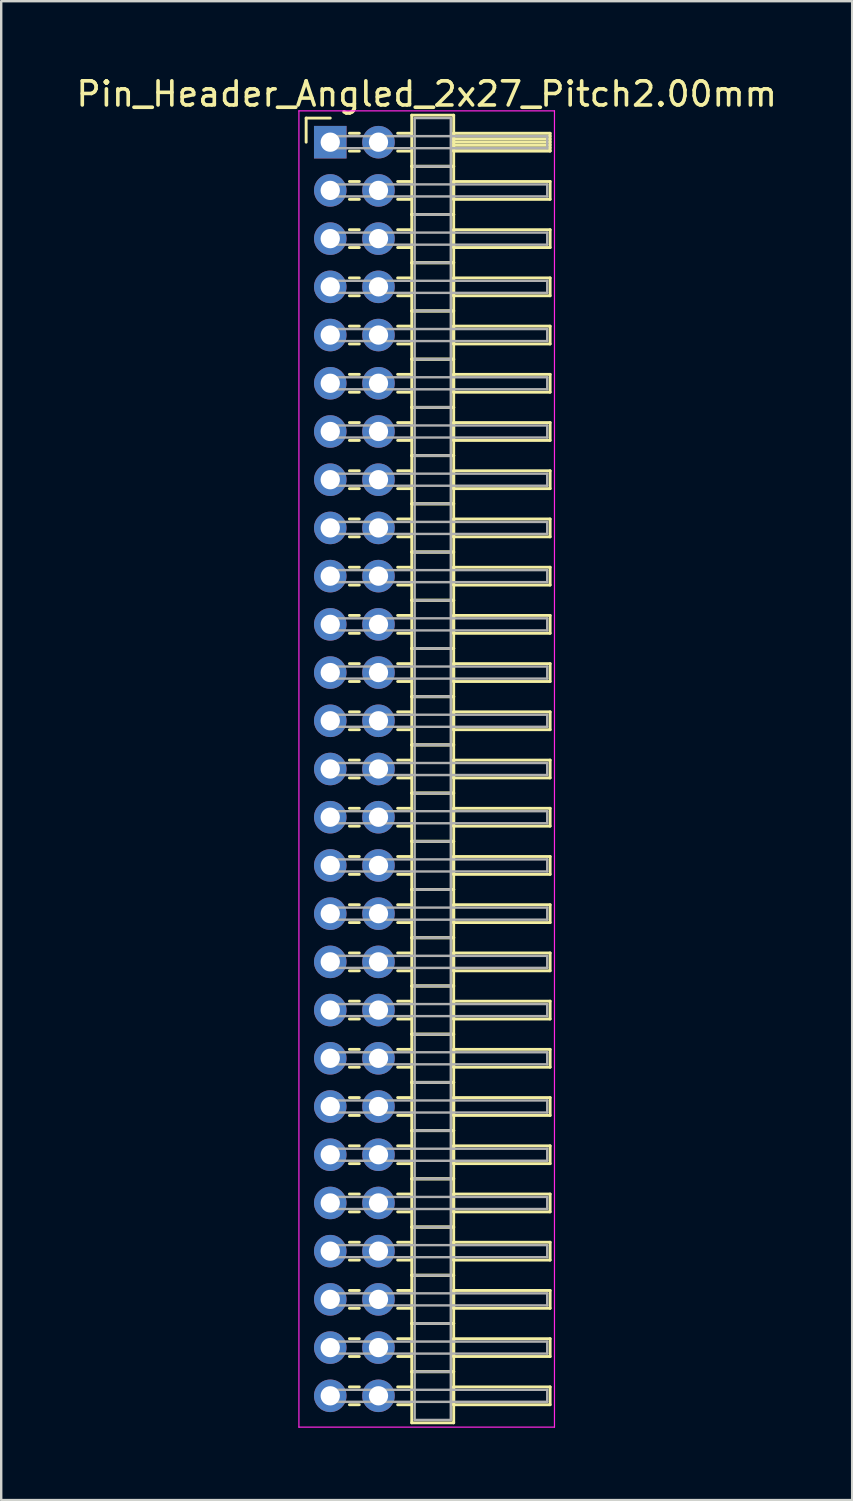
<source format=kicad_pcb>
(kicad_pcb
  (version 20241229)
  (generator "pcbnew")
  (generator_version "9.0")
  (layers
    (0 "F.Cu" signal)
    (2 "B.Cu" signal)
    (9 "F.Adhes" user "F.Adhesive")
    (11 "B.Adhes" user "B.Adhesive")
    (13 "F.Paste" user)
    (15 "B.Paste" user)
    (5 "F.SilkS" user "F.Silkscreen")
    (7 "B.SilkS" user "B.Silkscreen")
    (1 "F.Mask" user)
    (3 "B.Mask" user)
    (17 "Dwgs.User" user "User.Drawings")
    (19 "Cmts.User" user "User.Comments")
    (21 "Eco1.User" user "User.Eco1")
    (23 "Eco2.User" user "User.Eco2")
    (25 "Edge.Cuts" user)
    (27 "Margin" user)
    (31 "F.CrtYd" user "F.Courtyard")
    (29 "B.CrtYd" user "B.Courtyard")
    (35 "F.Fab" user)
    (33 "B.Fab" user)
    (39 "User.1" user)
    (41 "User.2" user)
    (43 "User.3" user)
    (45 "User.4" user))
  (footprint "Pin_Header_Angled_2x27_Pitch2.00mm"
    (layer "F.Cu")
    (at 10.649 2.848)
    (property "Reference" "Pin_Header_Angled_2x27_Pitch2.00mm" (at 4 -2 0) (layer "F.SilkS") (effects (font (size 1 1) (thickness 0.15))))
    (attr through_hole)
    (fp_line (start -1 -1) (end 0 -1) (stroke (width 0.12) (type solid)) (layer "F.SilkS"))
    (fp_line (start -1 0) (end -1 -1) (stroke (width 0.12) (type solid)) (layer "F.SilkS"))
    (fp_line (start 0.795 -0.37) (end 1.205 -0.37) (stroke (width 0.12) (type solid)) (layer "F.SilkS"))
    (fp_line (start 0.795 0.37) (end 1.205 0.37) (stroke (width 0.12) (type solid)) (layer "F.SilkS"))
    (fp_line (start 0.795 1.63) (end 1.205 1.63) (stroke (width 0.12) (type solid)) (layer "F.SilkS"))
    (fp_line (start 0.795 2.37) (end 1.205 2.37) (stroke (width 0.12) (type solid)) (layer "F.SilkS"))
    (fp_line (start 0.795 3.63) (end 1.205 3.63) (stroke (width 0.12) (type solid)) (layer "F.SilkS"))
    (fp_line (start 0.795 4.37) (end 1.205 4.37) (stroke (width 0.12) (type solid)) (layer "F.SilkS"))
    (fp_line (start 0.795 5.63) (end 1.205 5.63) (stroke (width 0.12) (type solid)) (layer "F.SilkS"))
    (fp_line (start 0.795 6.37) (end 1.205 6.37) (stroke (width 0.12) (type solid)) (layer "F.SilkS"))
    (fp_line (start 0.795 7.63) (end 1.205 7.63) (stroke (width 0.12) (type solid)) (layer "F.SilkS"))
    (fp_line (start 0.795 8.37) (end 1.205 8.37) (stroke (width 0.12) (type solid)) (layer "F.SilkS"))
    (fp_line (start 0.795 9.63) (end 1.205 9.63) (stroke (width 0.12) (type solid)) (layer "F.SilkS"))
    (fp_line (start 0.795 10.37) (end 1.205 10.37) (stroke (width 0.12) (type solid)) (layer "F.SilkS"))
    (fp_line (start 0.795 11.63) (end 1.205 11.63) (stroke (width 0.12) (type solid)) (layer "F.SilkS"))
    (fp_line (start 0.795 12.37) (end 1.205 12.37) (stroke (width 0.12) (type solid)) (layer "F.SilkS"))
    (fp_line (start 0.795 13.63) (end 1.205 13.63) (stroke (width 0.12) (type solid)) (layer "F.SilkS"))
    (fp_line (start 0.795 14.37) (end 1.205 14.37) (stroke (width 0.12) (type solid)) (layer "F.SilkS"))
    (fp_line (start 0.795 15.63) (end 1.205 15.63) (stroke (width 0.12) (type solid)) (layer "F.SilkS"))
    (fp_line (start 0.795 16.37) (end 1.205 16.37) (stroke (width 0.12) (type solid)) (layer "F.SilkS"))
    (fp_line (start 0.795 17.63) (end 1.205 17.63) (stroke (width 0.12) (type solid)) (layer "F.SilkS"))
    (fp_line (start 0.795 18.37) (end 1.205 18.37) (stroke (width 0.12) (type solid)) (layer "F.SilkS"))
    (fp_line (start 0.795 19.63) (end 1.205 19.63) (stroke (width 0.12) (type solid)) (layer "F.SilkS"))
    (fp_line (start 0.795 20.37) (end 1.205 20.37) (stroke (width 0.12) (type solid)) (layer "F.SilkS"))
    (fp_line (start 0.795 21.63) (end 1.205 21.63) (stroke (width 0.12) (type solid)) (layer "F.SilkS"))
    (fp_line (start 0.795 22.37) (end 1.205 22.37) (stroke (width 0.12) (type solid)) (layer "F.SilkS"))
    (fp_line (start 0.795 23.63) (end 1.205 23.63) (stroke (width 0.12) (type solid)) (layer "F.SilkS"))
    (fp_line (start 0.795 24.37) (end 1.205 24.37) (stroke (width 0.12) (type solid)) (layer "F.SilkS"))
    (fp_line (start 0.795 25.63) (end 1.205 25.63) (stroke (width 0.12) (type solid)) (layer "F.SilkS"))
    (fp_line (start 0.795 26.37) (end 1.205 26.37) (stroke (width 0.12) (type solid)) (layer "F.SilkS"))
    (fp_line (start 0.795 27.63) (end 1.205 27.63) (stroke (width 0.12) (type solid)) (layer "F.SilkS"))
    (fp_line (start 0.795 28.37) (end 1.205 28.37) (stroke (width 0.12) (type solid)) (layer "F.SilkS"))
    (fp_line (start 0.795 29.63) (end 1.205 29.63) (stroke (width 0.12) (type solid)) (layer "F.SilkS"))
    (fp_line (start 0.795 30.37) (end 1.205 30.37) (stroke (width 0.12) (type solid)) (layer "F.SilkS"))
    (fp_line (start 0.795 31.63) (end 1.205 31.63) (stroke (width 0.12) (type solid)) (layer "F.SilkS"))
    (fp_line (start 0.795 32.37) (end 1.205 32.37) (stroke (width 0.12) (type solid)) (layer "F.SilkS"))
    (fp_line (start 0.795 33.63) (end 1.205 33.63) (stroke (width 0.12) (type solid)) (layer "F.SilkS"))
    (fp_line (start 0.795 34.37) (end 1.205 34.37) (stroke (width 0.12) (type solid)) (layer "F.SilkS"))
    (fp_line (start 0.795 35.63) (end 1.205 35.63) (stroke (width 0.12) (type solid)) (layer "F.SilkS"))
    (fp_line (start 0.795 36.37) (end 1.205 36.37) (stroke (width 0.12) (type solid)) (layer "F.SilkS"))
    (fp_line (start 0.795 37.63) (end 1.205 37.63) (stroke (width 0.12) (type solid)) (layer "F.SilkS"))
    (fp_line (start 0.795 38.37) (end 1.205 38.37) (stroke (width 0.12) (type solid)) (layer "F.SilkS"))
    (fp_line (start 0.795 39.63) (end 1.205 39.63) (stroke (width 0.12) (type solid)) (layer "F.SilkS"))
    (fp_line (start 0.795 40.37) (end 1.205 40.37) (stroke (width 0.12) (type solid)) (layer "F.SilkS"))
    (fp_line (start 0.795 41.63) (end 1.205 41.63) (stroke (width 0.12) (type solid)) (layer "F.SilkS"))
    (fp_line (start 0.795 42.37) (end 1.205 42.37) (stroke (width 0.12) (type solid)) (layer "F.SilkS"))
    (fp_line (start 0.795 43.63) (end 1.205 43.63) (stroke (width 0.12) (type solid)) (layer "F.SilkS"))
    (fp_line (start 0.795 44.37) (end 1.205 44.37) (stroke (width 0.12) (type solid)) (layer "F.SilkS"))
    (fp_line (start 0.795 45.63) (end 1.205 45.63) (stroke (width 0.12) (type solid)) (layer "F.SilkS"))
    (fp_line (start 0.795 46.37) (end 1.205 46.37) (stroke (width 0.12) (type solid)) (layer "F.SilkS"))
    (fp_line (start 0.795 47.63) (end 1.205 47.63) (stroke (width 0.12) (type solid)) (layer "F.SilkS"))
    (fp_line (start 0.795 48.37) (end 1.205 48.37) (stroke (width 0.12) (type solid)) (layer "F.SilkS"))
    (fp_line (start 0.795 49.63) (end 1.205 49.63) (stroke (width 0.12) (type solid)) (layer "F.SilkS"))
    (fp_line (start 0.795 50.37) (end 1.205 50.37) (stroke (width 0.12) (type solid)) (layer "F.SilkS"))
    (fp_line (start 0.795 51.63) (end 1.205 51.63) (stroke (width 0.12) (type solid)) (layer "F.SilkS"))
    (fp_line (start 0.795 52.37) (end 1.205 52.37) (stroke (width 0.12) (type solid)) (layer "F.SilkS"))
    (fp_line (start 2.795 -0.37) (end 3.38 -0.37) (stroke (width 0.12) (type solid)) (layer "F.SilkS"))
    (fp_line (start 2.795 0.37) (end 3.38 0.37) (stroke (width 0.12) (type solid)) (layer "F.SilkS"))
    (fp_line (start 2.795 1.63) (end 3.38 1.63) (stroke (width 0.12) (type solid)) (layer "F.SilkS"))
    (fp_line (start 2.795 2.37) (end 3.38 2.37) (stroke (width 0.12) (type solid)) (layer "F.SilkS"))
    (fp_line (start 2.795 3.63) (end 3.38 3.63) (stroke (width 0.12) (type solid)) (layer "F.SilkS"))
    (fp_line (start 2.795 4.37) (end 3.38 4.37) (stroke (width 0.12) (type solid)) (layer "F.SilkS"))
    (fp_line (start 2.795 5.63) (end 3.38 5.63) (stroke (width 0.12) (type solid)) (layer "F.SilkS"))
    (fp_line (start 2.795 6.37) (end 3.38 6.37) (stroke (width 0.12) (type solid)) (layer "F.SilkS"))
    (fp_line (start 2.795 7.63) (end 3.38 7.63) (stroke (width 0.12) (type solid)) (layer "F.SilkS"))
    (fp_line (start 2.795 8.37) (end 3.38 8.37) (stroke (width 0.12) (type solid)) (layer "F.SilkS"))
    (fp_line (start 2.795 9.63) (end 3.38 9.63) (stroke (width 0.12) (type solid)) (layer "F.SilkS"))
    (fp_line (start 2.795 10.37) (end 3.38 10.37) (stroke (width 0.12) (type solid)) (layer "F.SilkS"))
    (fp_line (start 2.795 11.63) (end 3.38 11.63) (stroke (width 0.12) (type solid)) (layer "F.SilkS"))
    (fp_line (start 2.795 12.37) (end 3.38 12.37) (stroke (width 0.12) (type solid)) (layer "F.SilkS"))
    (fp_line (start 2.795 13.63) (end 3.38 13.63) (stroke (width 0.12) (type solid)) (layer "F.SilkS"))
    (fp_line (start 2.795 14.37) (end 3.38 14.37) (stroke (width 0.12) (type solid)) (layer "F.SilkS"))
    (fp_line (start 2.795 15.63) (end 3.38 15.63) (stroke (width 0.12) (type solid)) (layer "F.SilkS"))
    (fp_line (start 2.795 16.37) (end 3.38 16.37) (stroke (width 0.12) (type solid)) (layer "F.SilkS"))
    (fp_line (start 2.795 17.63) (end 3.38 17.63) (stroke (width 0.12) (type solid)) (layer "F.SilkS"))
    (fp_line (start 2.795 18.37) (end 3.38 18.37) (stroke (width 0.12) (type solid)) (layer "F.SilkS"))
    (fp_line (start 2.795 19.63) (end 3.38 19.63) (stroke (width 0.12) (type solid)) (layer "F.SilkS"))
    (fp_line (start 2.795 20.37) (end 3.38 20.37) (stroke (width 0.12) (type solid)) (layer "F.SilkS"))
    (fp_line (start 2.795 21.63) (end 3.38 21.63) (stroke (width 0.12) (type solid)) (layer "F.SilkS"))
    (fp_line (start 2.795 22.37) (end 3.38 22.37) (stroke (width 0.12) (type solid)) (layer "F.SilkS"))
    (fp_line (start 2.795 23.63) (end 3.38 23.63) (stroke (width 0.12) (type solid)) (layer "F.SilkS"))
    (fp_line (start 2.795 24.37) (end 3.38 24.37) (stroke (width 0.12) (type solid)) (layer "F.SilkS"))
    (fp_line (start 2.795 25.63) (end 3.38 25.63) (stroke (width 0.12) (type solid)) (layer "F.SilkS"))
    (fp_line (start 2.795 26.37) (end 3.38 26.37) (stroke (width 0.12) (type solid)) (layer "F.SilkS"))
    (fp_line (start 2.795 27.63) (end 3.38 27.63) (stroke (width 0.12) (type solid)) (layer "F.SilkS"))
    (fp_line (start 2.795 28.37) (end 3.38 28.37) (stroke (width 0.12) (type solid)) (layer "F.SilkS"))
    (fp_line (start 2.795 29.63) (end 3.38 29.63) (stroke (width 0.12) (type solid)) (layer "F.SilkS"))
    (fp_line (start 2.795 30.37) (end 3.38 30.37) (stroke (width 0.12) (type solid)) (layer "F.SilkS"))
    (fp_line (start 2.795 31.63) (end 3.38 31.63) (stroke (width 0.12) (type solid)) (layer "F.SilkS"))
    (fp_line (start 2.795 32.37) (end 3.38 32.37) (stroke (width 0.12) (type solid)) (layer "F.SilkS"))
    (fp_line (start 2.795 33.63) (end 3.38 33.63) (stroke (width 0.12) (type solid)) (layer "F.SilkS"))
    (fp_line (start 2.795 34.37) (end 3.38 34.37) (stroke (width 0.12) (type solid)) (layer "F.SilkS"))
    (fp_line (start 2.795 35.63) (end 3.38 35.63) (stroke (width 0.12) (type solid)) (layer "F.SilkS"))
    (fp_line (start 2.795 36.37) (end 3.38 36.37) (stroke (width 0.12) (type solid)) (layer "F.SilkS"))
    (fp_line (start 2.795 37.63) (end 3.38 37.63) (stroke (width 0.12) (type solid)) (layer "F.SilkS"))
    (fp_line (start 2.795 38.37) (end 3.38 38.37) (stroke (width 0.12) (type solid)) (layer "F.SilkS"))
    (fp_line (start 2.795 39.63) (end 3.38 39.63) (stroke (width 0.12) (type solid)) (layer "F.SilkS"))
    (fp_line (start 2.795 40.37) (end 3.38 40.37) (stroke (width 0.12) (type solid)) (layer "F.SilkS"))
    (fp_line (start 2.795 41.63) (end 3.38 41.63) (stroke (width 0.12) (type solid)) (layer "F.SilkS"))
    (fp_line (start 2.795 42.37) (end 3.38 42.37) (stroke (width 0.12) (type solid)) (layer "F.SilkS"))
    (fp_line (start 2.795 43.63) (end 3.38 43.63) (stroke (width 0.12) (type solid)) (layer "F.SilkS"))
    (fp_line (start 2.795 44.37) (end 3.38 44.37) (stroke (width 0.12) (type solid)) (layer "F.SilkS"))
    (fp_line (start 2.795 45.63) (end 3.38 45.63) (stroke (width 0.12) (type solid)) (layer "F.SilkS"))
    (fp_line (start 2.795 46.37) (end 3.38 46.37) (stroke (width 0.12) (type solid)) (layer "F.SilkS"))
    (fp_line (start 2.795 47.63) (end 3.38 47.63) (stroke (width 0.12) (type solid)) (layer "F.SilkS"))
    (fp_line (start 2.795 48.37) (end 3.38 48.37) (stroke (width 0.12) (type solid)) (layer "F.SilkS"))
    (fp_line (start 2.795 49.63) (end 3.38 49.63) (stroke (width 0.12) (type solid)) (layer "F.SilkS"))
    (fp_line (start 2.795 50.37) (end 3.38 50.37) (stroke (width 0.12) (type solid)) (layer "F.SilkS"))
    (fp_line (start 2.795 51.63) (end 3.38 51.63) (stroke (width 0.12) (type solid)) (layer "F.SilkS"))
    (fp_line (start 2.795 52.37) (end 3.38 52.37) (stroke (width 0.12) (type solid)) (layer "F.SilkS"))
    (fp_line (start 3.38 -1.12) (end 3.38 1) (stroke (width 0.12) (type solid)) (layer "F.SilkS"))
    (fp_line (start 3.38 1) (end 3.38 3) (stroke (width 0.12) (type solid)) (layer "F.SilkS"))
    (fp_line (start 3.38 1) (end 5.12 1) (stroke (width 0.12) (type solid)) (layer "F.SilkS"))
    (fp_line (start 3.38 3) (end 3.38 5) (stroke (width 0.12) (type solid)) (layer "F.SilkS"))
    (fp_line (start 3.38 3) (end 5.12 3) (stroke (width 0.12) (type solid)) (layer "F.SilkS"))
    (fp_line (start 3.38 5) (end 3.38 7) (stroke (width 0.12) (type solid)) (layer "F.SilkS"))
    (fp_line (start 3.38 5) (end 5.12 5) (stroke (width 0.12) (type solid)) (layer "F.SilkS"))
    (fp_line (start 3.38 7) (end 3.38 9) (stroke (width 0.12) (type solid)) (layer "F.SilkS"))
    (fp_line (start 3.38 7) (end 5.12 7) (stroke (width 0.12) (type solid)) (layer "F.SilkS"))
    (fp_line (start 3.38 9) (end 3.38 11) (stroke (width 0.12) (type solid)) (layer "F.SilkS"))
    (fp_line (start 3.38 9) (end 5.12 9) (stroke (width 0.12) (type solid)) (layer "F.SilkS"))
    (fp_line (start 3.38 11) (end 3.38 13) (stroke (width 0.12) (type solid)) (layer "F.SilkS"))
    (fp_line (start 3.38 11) (end 5.12 11) (stroke (width 0.12) (type solid)) (layer "F.SilkS"))
    (fp_line (start 3.38 13) (end 3.38 15) (stroke (width 0.12) (type solid)) (layer "F.SilkS"))
    (fp_line (start 3.38 13) (end 5.12 13) (stroke (width 0.12) (type solid)) (layer "F.SilkS"))
    (fp_line (start 3.38 15) (end 3.38 17) (stroke (width 0.12) (type solid)) (layer "F.SilkS"))
    (fp_line (start 3.38 15) (end 5.12 15) (stroke (width 0.12) (type solid)) (layer "F.SilkS"))
    (fp_line (start 3.38 17) (end 3.38 19) (stroke (width 0.12) (type solid)) (layer "F.SilkS"))
    (fp_line (start 3.38 17) (end 5.12 17) (stroke (width 0.12) (type solid)) (layer "F.SilkS"))
    (fp_line (start 3.38 19) (end 3.38 21) (stroke (width 0.12) (type solid)) (layer "F.SilkS"))
    (fp_line (start 3.38 19) (end 5.12 19) (stroke (width 0.12) (type solid)) (layer "F.SilkS"))
    (fp_line (start 3.38 21) (end 3.38 23) (stroke (width 0.12) (type solid)) (layer "F.SilkS"))
    (fp_line (start 3.38 21) (end 5.12 21) (stroke (width 0.12) (type solid)) (layer "F.SilkS"))
    (fp_line (start 3.38 23) (end 3.38 25) (stroke (width 0.12) (type solid)) (layer "F.SilkS"))
    (fp_line (start 3.38 23) (end 5.12 23) (stroke (width 0.12) (type solid)) (layer "F.SilkS"))
    (fp_line (start 3.38 25) (end 3.38 27) (stroke (width 0.12) (type solid)) (layer "F.SilkS"))
    (fp_line (start 3.38 25) (end 5.12 25) (stroke (width 0.12) (type solid)) (layer "F.SilkS"))
    (fp_line (start 3.38 27) (end 3.38 29) (stroke (width 0.12) (type solid)) (layer "F.SilkS"))
    (fp_line (start 3.38 27) (end 5.12 27) (stroke (width 0.12) (type solid)) (layer "F.SilkS"))
    (fp_line (start 3.38 29) (end 3.38 31) (stroke (width 0.12) (type solid)) (layer "F.SilkS"))
    (fp_line (start 3.38 29) (end 5.12 29) (stroke (width 0.12) (type solid)) (layer "F.SilkS"))
    (fp_line (start 3.38 31) (end 3.38 33) (stroke (width 0.12) (type solid)) (layer "F.SilkS"))
    (fp_line (start 3.38 31) (end 5.12 31) (stroke (width 0.12) (type solid)) (layer "F.SilkS"))
    (fp_line (start 3.38 33) (end 3.38 35) (stroke (width 0.12) (type solid)) (layer "F.SilkS"))
    (fp_line (start 3.38 33) (end 5.12 33) (stroke (width 0.12) (type solid)) (layer "F.SilkS"))
    (fp_line (start 3.38 35) (end 3.38 37) (stroke (width 0.12) (type solid)) (layer "F.SilkS"))
    (fp_line (start 3.38 35) (end 5.12 35) (stroke (width 0.12) (type solid)) (layer "F.SilkS"))
    (fp_line (start 3.38 37) (end 3.38 39) (stroke (width 0.12) (type solid)) (layer "F.SilkS"))
    (fp_line (start 3.38 37) (end 5.12 37) (stroke (width 0.12) (type solid)) (layer "F.SilkS"))
    (fp_line (start 3.38 39) (end 3.38 41) (stroke (width 0.12) (type solid)) (layer "F.SilkS"))
    (fp_line (start 3.38 39) (end 5.12 39) (stroke (width 0.12) (type solid)) (layer "F.SilkS"))
    (fp_line (start 3.38 41) (end 3.38 43) (stroke (width 0.12) (type solid)) (layer "F.SilkS"))
    (fp_line (start 3.38 41) (end 5.12 41) (stroke (width 0.12) (type solid)) (layer "F.SilkS"))
    (fp_line (start 3.38 43) (end 3.38 45) (stroke (width 0.12) (type solid)) (layer "F.SilkS"))
    (fp_line (start 3.38 43) (end 5.12 43) (stroke (width 0.12) (type solid)) (layer "F.SilkS"))
    (fp_line (start 3.38 45) (end 3.38 47) (stroke (width 0.12) (type solid)) (layer "F.SilkS"))
    (fp_line (start 3.38 45) (end 5.12 45) (stroke (width 0.12) (type solid)) (layer "F.SilkS"))
    (fp_line (start 3.38 47) (end 3.38 49) (stroke (width 0.12) (type solid)) (layer "F.SilkS"))
    (fp_line (start 3.38 47) (end 5.12 47) (stroke (width 0.12) (type solid)) (layer "F.SilkS"))
    (fp_line (start 3.38 49) (end 3.38 51) (stroke (width 0.12) (type solid)) (layer "F.SilkS"))
    (fp_line (start 3.38 49) (end 5.12 49) (stroke (width 0.12) (type solid)) (layer "F.SilkS"))
    (fp_line (start 3.38 51) (end 3.38 53.12) (stroke (width 0.12) (type solid)) (layer "F.SilkS"))
    (fp_line (start 3.38 51) (end 5.12 51) (stroke (width 0.12) (type solid)) (layer "F.SilkS"))
    (fp_line (start 3.38 53.12) (end 5.12 53.12) (stroke (width 0.12) (type solid)) (layer "F.SilkS"))
    (fp_line (start 5.12 -1.12) (end 3.38 -1.12) (stroke (width 0.12) (type solid)) (layer "F.SilkS"))
    (fp_line (start 5.12 -0.37) (end 5.12 0.37) (stroke (width 0.12) (type solid)) (layer "F.SilkS"))
    (fp_line (start 5.12 -0.25) (end 9.12 -0.25) (stroke (width 0.12) (type solid)) (layer "F.SilkS"))
    (fp_line (start 5.12 -0.13) (end 9.12 -0.13) (stroke (width 0.12) (type solid)) (layer "F.SilkS"))
    (fp_line (start 5.12 -0.01) (end 9.12 -0.01) (stroke (width 0.12) (type solid)) (layer "F.SilkS"))
    (fp_line (start 5.12 0.11) (end 9.12 0.11) (stroke (width 0.12) (type solid)) (layer "F.SilkS"))
    (fp_line (start 5.12 0.23) (end 9.12 0.23) (stroke (width 0.12) (type solid)) (layer "F.SilkS"))
    (fp_line (start 5.12 0.35) (end 9.12 0.35) (stroke (width 0.12) (type solid)) (layer "F.SilkS"))
    (fp_line (start 5.12 0.37) (end 9.12 0.37) (stroke (width 0.12) (type solid)) (layer "F.SilkS"))
    (fp_line (start 5.12 1) (end 3.38 1) (stroke (width 0.12) (type solid)) (layer "F.SilkS"))
    (fp_line (start 5.12 1) (end 5.12 -1.12) (stroke (width 0.12) (type solid)) (layer "F.SilkS"))
    (fp_line (start 5.12 1.63) (end 5.12 2.37) (stroke (width 0.12) (type solid)) (layer "F.SilkS"))
    (fp_line (start 5.12 2.37) (end 9.12 2.37) (stroke (width 0.12) (type solid)) (layer "F.SilkS"))
    (fp_line (start 5.12 3) (end 3.38 3) (stroke (width 0.12) (type solid)) (layer "F.SilkS"))
    (fp_line (start 5.12 3) (end 5.12 1) (stroke (width 0.12) (type solid)) (layer "F.SilkS"))
    (fp_line (start 5.12 3.63) (end 5.12 4.37) (stroke (width 0.12) (type solid)) (layer "F.SilkS"))
    (fp_line (start 5.12 4.37) (end 9.12 4.37) (stroke (width 0.12) (type solid)) (layer "F.SilkS"))
    (fp_line (start 5.12 5) (end 3.38 5) (stroke (width 0.12) (type solid)) (layer "F.SilkS"))
    (fp_line (start 5.12 5) (end 5.12 3) (stroke (width 0.12) (type solid)) (layer "F.SilkS"))
    (fp_line (start 5.12 5.63) (end 5.12 6.37) (stroke (width 0.12) (type solid)) (layer "F.SilkS"))
    (fp_line (start 5.12 6.37) (end 9.12 6.37) (stroke (width 0.12) (type solid)) (layer "F.SilkS"))
    (fp_line (start 5.12 7) (end 3.38 7) (stroke (width 0.12) (type solid)) (layer "F.SilkS"))
    (fp_line (start 5.12 7) (end 5.12 5) (stroke (width 0.12) (type solid)) (layer "F.SilkS"))
    (fp_line (start 5.12 7.63) (end 5.12 8.37) (stroke (width 0.12) (type solid)) (layer "F.SilkS"))
    (fp_line (start 5.12 8.37) (end 9.12 8.37) (stroke (width 0.12) (type solid)) (layer "F.SilkS"))
    (fp_line (start 5.12 9) (end 3.38 9) (stroke (width 0.12) (type solid)) (layer "F.SilkS"))
    (fp_line (start 5.12 9) (end 5.12 7) (stroke (width 0.12) (type solid)) (layer "F.SilkS"))
    (fp_line (start 5.12 9.63) (end 5.12 10.37) (stroke (width 0.12) (type solid)) (layer "F.SilkS"))
    (fp_line (start 5.12 10.37) (end 9.12 10.37) (stroke (width 0.12) (type solid)) (layer "F.SilkS"))
    (fp_line (start 5.12 11) (end 3.38 11) (stroke (width 0.12) (type solid)) (layer "F.SilkS"))
    (fp_line (start 5.12 11) (end 5.12 9) (stroke (width 0.12) (type solid)) (layer "F.SilkS"))
    (fp_line (start 5.12 11.63) (end 5.12 12.37) (stroke (width 0.12) (type solid)) (layer "F.SilkS"))
    (fp_line (start 5.12 12.37) (end 9.12 12.37) (stroke (width 0.12) (type solid)) (layer "F.SilkS"))
    (fp_line (start 5.12 13) (end 3.38 13) (stroke (width 0.12) (type solid)) (layer "F.SilkS"))
    (fp_line (start 5.12 13) (end 5.12 11) (stroke (width 0.12) (type solid)) (layer "F.SilkS"))
    (fp_line (start 5.12 13.63) (end 5.12 14.37) (stroke (width 0.12) (type solid)) (layer "F.SilkS"))
    (fp_line (start 5.12 14.37) (end 9.12 14.37) (stroke (width 0.12) (type solid)) (layer "F.SilkS"))
    (fp_line (start 5.12 15) (end 3.38 15) (stroke (width 0.12) (type solid)) (layer "F.SilkS"))
    (fp_line (start 5.12 15) (end 5.12 13) (stroke (width 0.12) (type solid)) (layer "F.SilkS"))
    (fp_line (start 5.12 15.63) (end 5.12 16.37) (stroke (width 0.12) (type solid)) (layer "F.SilkS"))
    (fp_line (start 5.12 16.37) (end 9.12 16.37) (stroke (width 0.12) (type solid)) (layer "F.SilkS"))
    (fp_line (start 5.12 17) (end 3.38 17) (stroke (width 0.12) (type solid)) (layer "F.SilkS"))
    (fp_line (start 5.12 17) (end 5.12 15) (stroke (width 0.12) (type solid)) (layer "F.SilkS"))
    (fp_line (start 5.12 17.63) (end 5.12 18.37) (stroke (width 0.12) (type solid)) (layer "F.SilkS"))
    (fp_line (start 5.12 18.37) (end 9.12 18.37) (stroke (width 0.12) (type solid)) (layer "F.SilkS"))
    (fp_line (start 5.12 19) (end 3.38 19) (stroke (width 0.12) (type solid)) (layer "F.SilkS"))
    (fp_line (start 5.12 19) (end 5.12 17) (stroke (width 0.12) (type solid)) (layer "F.SilkS"))
    (fp_line (start 5.12 19.63) (end 5.12 20.37) (stroke (width 0.12) (type solid)) (layer "F.SilkS"))
    (fp_line (start 5.12 20.37) (end 9.12 20.37) (stroke (width 0.12) (type solid)) (layer "F.SilkS"))
    (fp_line (start 5.12 21) (end 3.38 21) (stroke (width 0.12) (type solid)) (layer "F.SilkS"))
    (fp_line (start 5.12 21) (end 5.12 19) (stroke (width 0.12) (type solid)) (layer "F.SilkS"))
    (fp_line (start 5.12 21.63) (end 5.12 22.37) (stroke (width 0.12) (type solid)) (layer "F.SilkS"))
    (fp_line (start 5.12 22.37) (end 9.12 22.37) (stroke (width 0.12) (type solid)) (layer "F.SilkS"))
    (fp_line (start 5.12 23) (end 3.38 23) (stroke (width 0.12) (type solid)) (layer "F.SilkS"))
    (fp_line (start 5.12 23) (end 5.12 21) (stroke (width 0.12) (type solid)) (layer "F.SilkS"))
    (fp_line (start 5.12 23.63) (end 5.12 24.37) (stroke (width 0.12) (type solid)) (layer "F.SilkS"))
    (fp_line (start 5.12 24.37) (end 9.12 24.37) (stroke (width 0.12) (type solid)) (layer "F.SilkS"))
    (fp_line (start 5.12 25) (end 3.38 25) (stroke (width 0.12) (type solid)) (layer "F.SilkS"))
    (fp_line (start 5.12 25) (end 5.12 23) (stroke (width 0.12) (type solid)) (layer "F.SilkS"))
    (fp_line (start 5.12 25.63) (end 5.12 26.37) (stroke (width 0.12) (type solid)) (layer "F.SilkS"))
    (fp_line (start 5.12 26.37) (end 9.12 26.37) (stroke (width 0.12) (type solid)) (layer "F.SilkS"))
    (fp_line (start 5.12 27) (end 3.38 27) (stroke (width 0.12) (type solid)) (layer "F.SilkS"))
    (fp_line (start 5.12 27) (end 5.12 25) (stroke (width 0.12) (type solid)) (layer "F.SilkS"))
    (fp_line (start 5.12 27.63) (end 5.12 28.37) (stroke (width 0.12) (type solid)) (layer "F.SilkS"))
    (fp_line (start 5.12 28.37) (end 9.12 28.37) (stroke (width 0.12) (type solid)) (layer "F.SilkS"))
    (fp_line (start 5.12 29) (end 3.38 29) (stroke (width 0.12) (type solid)) (layer "F.SilkS"))
    (fp_line (start 5.12 29) (end 5.12 27) (stroke (width 0.12) (type solid)) (layer "F.SilkS"))
    (fp_line (start 5.12 29.63) (end 5.12 30.37) (stroke (width 0.12) (type solid)) (layer "F.SilkS"))
    (fp_line (start 5.12 30.37) (end 9.12 30.37) (stroke (width 0.12) (type solid)) (layer "F.SilkS"))
    (fp_line (start 5.12 31) (end 3.38 31) (stroke (width 0.12) (type solid)) (layer "F.SilkS"))
    (fp_line (start 5.12 31) (end 5.12 29) (stroke (width 0.12) (type solid)) (layer "F.SilkS"))
    (fp_line (start 5.12 31.63) (end 5.12 32.37) (stroke (width 0.12) (type solid)) (layer "F.SilkS"))
    (fp_line (start 5.12 32.37) (end 9.12 32.37) (stroke (width 0.12) (type solid)) (layer "F.SilkS"))
    (fp_line (start 5.12 33) (end 3.38 33) (stroke (width 0.12) (type solid)) (layer "F.SilkS"))
    (fp_line (start 5.12 33) (end 5.12 31) (stroke (width 0.12) (type solid)) (layer "F.SilkS"))
    (fp_line (start 5.12 33.63) (end 5.12 34.37) (stroke (width 0.12) (type solid)) (layer "F.SilkS"))
    (fp_line (start 5.12 34.37) (end 9.12 34.37) (stroke (width 0.12) (type solid)) (layer "F.SilkS"))
    (fp_line (start 5.12 35) (end 3.38 35) (stroke (width 0.12) (type solid)) (layer "F.SilkS"))
    (fp_line (start 5.12 35) (end 5.12 33) (stroke (width 0.12) (type solid)) (layer "F.SilkS"))
    (fp_line (start 5.12 35.63) (end 5.12 36.37) (stroke (width 0.12) (type solid)) (layer "F.SilkS"))
    (fp_line (start 5.12 36.37) (end 9.12 36.37) (stroke (width 0.12) (type solid)) (layer "F.SilkS"))
    (fp_line (start 5.12 37) (end 3.38 37) (stroke (width 0.12) (type solid)) (layer "F.SilkS"))
    (fp_line (start 5.12 37) (end 5.12 35) (stroke (width 0.12) (type solid)) (layer "F.SilkS"))
    (fp_line (start 5.12 37.63) (end 5.12 38.37) (stroke (width 0.12) (type solid)) (layer "F.SilkS"))
    (fp_line (start 5.12 38.37) (end 9.12 38.37) (stroke (width 0.12) (type solid)) (layer "F.SilkS"))
    (fp_line (start 5.12 39) (end 3.38 39) (stroke (width 0.12) (type solid)) (layer "F.SilkS"))
    (fp_line (start 5.12 39) (end 5.12 37) (stroke (width 0.12) (type solid)) (layer "F.SilkS"))
    (fp_line (start 5.12 39.63) (end 5.12 40.37) (stroke (width 0.12) (type solid)) (layer "F.SilkS"))
    (fp_line (start 5.12 40.37) (end 9.12 40.37) (stroke (width 0.12) (type solid)) (layer "F.SilkS"))
    (fp_line (start 5.12 41) (end 3.38 41) (stroke (width 0.12) (type solid)) (layer "F.SilkS"))
    (fp_line (start 5.12 41) (end 5.12 39) (stroke (width 0.12) (type solid)) (layer "F.SilkS"))
    (fp_line (start 5.12 41.63) (end 5.12 42.37) (stroke (width 0.12) (type solid)) (layer "F.SilkS"))
    (fp_line (start 5.12 42.37) (end 9.12 42.37) (stroke (width 0.12) (type solid)) (layer "F.SilkS"))
    (fp_line (start 5.12 43) (end 3.38 43) (stroke (width 0.12) (type solid)) (layer "F.SilkS"))
    (fp_line (start 5.12 43) (end 5.12 41) (stroke (width 0.12) (type solid)) (layer "F.SilkS"))
    (fp_line (start 5.12 43.63) (end 5.12 44.37) (stroke (width 0.12) (type solid)) (layer "F.SilkS"))
    (fp_line (start 5.12 44.37) (end 9.12 44.37) (stroke (width 0.12) (type solid)) (layer "F.SilkS"))
    (fp_line (start 5.12 45) (end 3.38 45) (stroke (width 0.12) (type solid)) (layer "F.SilkS"))
    (fp_line (start 5.12 45) (end 5.12 43) (stroke (width 0.12) (type solid)) (layer "F.SilkS"))
    (fp_line (start 5.12 45.63) (end 5.12 46.37) (stroke (width 0.12) (type solid)) (layer "F.SilkS"))
    (fp_line (start 5.12 46.37) (end 9.12 46.37) (stroke (width 0.12) (type solid)) (layer "F.SilkS"))
    (fp_line (start 5.12 47) (end 3.38 47) (stroke (width 0.12) (type solid)) (layer "F.SilkS"))
    (fp_line (start 5.12 47) (end 5.12 45) (stroke (width 0.12) (type solid)) (layer "F.SilkS"))
    (fp_line (start 5.12 47.63) (end 5.12 48.37) (stroke (width 0.12) (type solid)) (layer "F.SilkS"))
    (fp_line (start 5.12 48.37) (end 9.12 48.37) (stroke (width 0.12) (type solid)) (layer "F.SilkS"))
    (fp_line (start 5.12 49) (end 3.38 49) (stroke (width 0.12) (type solid)) (layer "F.SilkS"))
    (fp_line (start 5.12 49) (end 5.12 47) (stroke (width 0.12) (type solid)) (layer "F.SilkS"))
    (fp_line (start 5.12 49.63) (end 5.12 50.37) (stroke (width 0.12) (type solid)) (layer "F.SilkS"))
    (fp_line (start 5.12 50.37) (end 9.12 50.37) (stroke (width 0.12) (type solid)) (layer "F.SilkS"))
    (fp_line (start 5.12 51) (end 3.38 51) (stroke (width 0.12) (type solid)) (layer "F.SilkS"))
    (fp_line (start 5.12 51) (end 5.12 49) (stroke (width 0.12) (type solid)) (layer "F.SilkS"))
    (fp_line (start 5.12 51.63) (end 5.12 52.37) (stroke (width 0.12) (type solid)) (layer "F.SilkS"))
    (fp_line (start 5.12 52.37) (end 9.12 52.37) (stroke (width 0.12) (type solid)) (layer "F.SilkS"))
    (fp_line (start 5.12 53.12) (end 5.12 51) (stroke (width 0.12) (type solid)) (layer "F.SilkS"))
    (fp_line (start 9.12 -0.37) (end 5.12 -0.37) (stroke (width 0.12) (type solid)) (layer "F.SilkS"))
    (fp_line (start 9.12 0.37) (end 9.12 -0.37) (stroke (width 0.12) (type solid)) (layer "F.SilkS"))
    (fp_line (start 9.12 1.63) (end 5.12 1.63) (stroke (width 0.12) (type solid)) (layer "F.SilkS"))
    (fp_line (start 9.12 2.37) (end 9.12 1.63) (stroke (width 0.12) (type solid)) (layer "F.SilkS"))
    (fp_line (start 9.12 3.63) (end 5.12 3.63) (stroke (width 0.12) (type solid)) (layer "F.SilkS"))
    (fp_line (start 9.12 4.37) (end 9.12 3.63) (stroke (width 0.12) (type solid)) (layer "F.SilkS"))
    (fp_line (start 9.12 5.63) (end 5.12 5.63) (stroke (width 0.12) (type solid)) (layer "F.SilkS"))
    (fp_line (start 9.12 6.37) (end 9.12 5.63) (stroke (width 0.12) (type solid)) (layer "F.SilkS"))
    (fp_line (start 9.12 7.63) (end 5.12 7.63) (stroke (width 0.12) (type solid)) (layer "F.SilkS"))
    (fp_line (start 9.12 8.37) (end 9.12 7.63) (stroke (width 0.12) (type solid)) (layer "F.SilkS"))
    (fp_line (start 9.12 9.63) (end 5.12 9.63) (stroke (width 0.12) (type solid)) (layer "F.SilkS"))
    (fp_line (start 9.12 10.37) (end 9.12 9.63) (stroke (width 0.12) (type solid)) (layer "F.SilkS"))
    (fp_line (start 9.12 11.63) (end 5.12 11.63) (stroke (width 0.12) (type solid)) (layer "F.SilkS"))
    (fp_line (start 9.12 12.37) (end 9.12 11.63) (stroke (width 0.12) (type solid)) (layer "F.SilkS"))
    (fp_line (start 9.12 13.63) (end 5.12 13.63) (stroke (width 0.12) (type solid)) (layer "F.SilkS"))
    (fp_line (start 9.12 14.37) (end 9.12 13.63) (stroke (width 0.12) (type solid)) (layer "F.SilkS"))
    (fp_line (start 9.12 15.63) (end 5.12 15.63) (stroke (width 0.12) (type solid)) (layer "F.SilkS"))
    (fp_line (start 9.12 16.37) (end 9.12 15.63) (stroke (width 0.12) (type solid)) (layer "F.SilkS"))
    (fp_line (start 9.12 17.63) (end 5.12 17.63) (stroke (width 0.12) (type solid)) (layer "F.SilkS"))
    (fp_line (start 9.12 18.37) (end 9.12 17.63) (stroke (width 0.12) (type solid)) (layer "F.SilkS"))
    (fp_line (start 9.12 19.63) (end 5.12 19.63) (stroke (width 0.12) (type solid)) (layer "F.SilkS"))
    (fp_line (start 9.12 20.37) (end 9.12 19.63) (stroke (width 0.12) (type solid)) (layer "F.SilkS"))
    (fp_line (start 9.12 21.63) (end 5.12 21.63) (stroke (width 0.12) (type solid)) (layer "F.SilkS"))
    (fp_line (start 9.12 22.37) (end 9.12 21.63) (stroke (width 0.12) (type solid)) (layer "F.SilkS"))
    (fp_line (start 9.12 23.63) (end 5.12 23.63) (stroke (width 0.12) (type solid)) (layer "F.SilkS"))
    (fp_line (start 9.12 24.37) (end 9.12 23.63) (stroke (width 0.12) (type solid)) (layer "F.SilkS"))
    (fp_line (start 9.12 25.63) (end 5.12 25.63) (stroke (width 0.12) (type solid)) (layer "F.SilkS"))
    (fp_line (start 9.12 26.37) (end 9.12 25.63) (stroke (width 0.12) (type solid)) (layer "F.SilkS"))
    (fp_line (start 9.12 27.63) (end 5.12 27.63) (stroke (width 0.12) (type solid)) (layer "F.SilkS"))
    (fp_line (start 9.12 28.37) (end 9.12 27.63) (stroke (width 0.12) (type solid)) (layer "F.SilkS"))
    (fp_line (start 9.12 29.63) (end 5.12 29.63) (stroke (width 0.12) (type solid)) (layer "F.SilkS"))
    (fp_line (start 9.12 30.37) (end 9.12 29.63) (stroke (width 0.12) (type solid)) (layer "F.SilkS"))
    (fp_line (start 9.12 31.63) (end 5.12 31.63) (stroke (width 0.12) (type solid)) (layer "F.SilkS"))
    (fp_line (start 9.12 32.37) (end 9.12 31.63) (stroke (width 0.12) (type solid)) (layer "F.SilkS"))
    (fp_line (start 9.12 33.63) (end 5.12 33.63) (stroke (width 0.12) (type solid)) (layer "F.SilkS"))
    (fp_line (start 9.12 34.37) (end 9.12 33.63) (stroke (width 0.12) (type solid)) (layer "F.SilkS"))
    (fp_line (start 9.12 35.63) (end 5.12 35.63) (stroke (width 0.12) (type solid)) (layer "F.SilkS"))
    (fp_line (start 9.12 36.37) (end 9.12 35.63) (stroke (width 0.12) (type solid)) (layer "F.SilkS"))
    (fp_line (start 9.12 37.63) (end 5.12 37.63) (stroke (width 0.12) (type solid)) (layer "F.SilkS"))
    (fp_line (start 9.12 38.37) (end 9.12 37.63) (stroke (width 0.12) (type solid)) (layer "F.SilkS"))
    (fp_line (start 9.12 39.63) (end 5.12 39.63) (stroke (width 0.12) (type solid)) (layer "F.SilkS"))
    (fp_line (start 9.12 40.37) (end 9.12 39.63) (stroke (width 0.12) (type solid)) (layer "F.SilkS"))
    (fp_line (start 9.12 41.63) (end 5.12 41.63) (stroke (width 0.12) (type solid)) (layer "F.SilkS"))
    (fp_line (start 9.12 42.37) (end 9.12 41.63) (stroke (width 0.12) (type solid)) (layer "F.SilkS"))
    (fp_line (start 9.12 43.63) (end 5.12 43.63) (stroke (width 0.12) (type solid)) (layer "F.SilkS"))
    (fp_line (start 9.12 44.37) (end 9.12 43.63) (stroke (width 0.12) (type solid)) (layer "F.SilkS"))
    (fp_line (start 9.12 45.63) (end 5.12 45.63) (stroke (width 0.12) (type solid)) (layer "F.SilkS"))
    (fp_line (start 9.12 46.37) (end 9.12 45.63) (stroke (width 0.12) (type solid)) (layer "F.SilkS"))
    (fp_line (start 9.12 47.63) (end 5.12 47.63) (stroke (width 0.12) (type solid)) (layer "F.SilkS"))
    (fp_line (start 9.12 48.37) (end 9.12 47.63) (stroke (width 0.12) (type solid)) (layer "F.SilkS"))
    (fp_line (start 9.12 49.63) (end 5.12 49.63) (stroke (width 0.12) (type solid)) (layer "F.SilkS"))
    (fp_line (start 9.12 50.37) (end 9.12 49.63) (stroke (width 0.12) (type solid)) (layer "F.SilkS"))
    (fp_line (start 9.12 51.63) (end 5.12 51.63) (stroke (width 0.12) (type solid)) (layer "F.SilkS"))
    (fp_line (start 9.12 52.37) (end 9.12 51.63) (stroke (width 0.12) (type solid)) (layer "F.SilkS"))
    (fp_line (start -1.3 -1.3) (end -1.3 53.3) (stroke (width 0.05) (type solid)) (layer "F.CrtYd"))
    (fp_line (start -1.3 53.3) (end 9.3 53.3) (stroke (width 0.05) (type solid)) (layer "F.CrtYd"))
    (fp_line (start 9.3 -1.3) (end -1.3 -1.3) (stroke (width 0.05) (type solid)) (layer "F.CrtYd"))
    (fp_line (start 9.3 53.3) (end 9.3 -1.3) (stroke (width 0.05) (type solid)) (layer "F.CrtYd"))
    (fp_line (start 0 -0.25) (end 0 0.25) (stroke (width 0.1) (type solid)) (layer "F.Fab"))
    (fp_line (start 0 0.25) (end 9 0.25) (stroke (width 0.1) (type solid)) (layer "F.Fab"))
    (fp_line (start 0 1.75) (end 0 2.25) (stroke (width 0.1) (type solid)) (layer "F.Fab"))
    (fp_line (start 0 2.25) (end 9 2.25) (stroke (width 0.1) (type solid)) (layer "F.Fab"))
    (fp_line (start 0 3.75) (end 0 4.25) (stroke (width 0.1) (type solid)) (layer "F.Fab"))
    (fp_line (start 0 4.25) (end 9 4.25) (stroke (width 0.1) (type solid)) (layer "F.Fab"))
    (fp_line (start 0 5.75) (end 0 6.25) (stroke (width 0.1) (type solid)) (layer "F.Fab"))
    (fp_line (start 0 6.25) (end 9 6.25) (stroke (width 0.1) (type solid)) (layer "F.Fab"))
    (fp_line (start 0 7.75) (end 0 8.25) (stroke (width 0.1) (type solid)) (layer "F.Fab"))
    (fp_line (start 0 8.25) (end 9 8.25) (stroke (width 0.1) (type solid)) (layer "F.Fab"))
    (fp_line (start 0 9.75) (end 0 10.25) (stroke (width 0.1) (type solid)) (layer "F.Fab"))
    (fp_line (start 0 10.25) (end 9 10.25) (stroke (width 0.1) (type solid)) (layer "F.Fab"))
    (fp_line (start 0 11.75) (end 0 12.25) (stroke (width 0.1) (type solid)) (layer "F.Fab"))
    (fp_line (start 0 12.25) (end 9 12.25) (stroke (width 0.1) (type solid)) (layer "F.Fab"))
    (fp_line (start 0 13.75) (end 0 14.25) (stroke (width 0.1) (type solid)) (layer "F.Fab"))
    (fp_line (start 0 14.25) (end 9 14.25) (stroke (width 0.1) (type solid)) (layer "F.Fab"))
    (fp_line (start 0 15.75) (end 0 16.25) (stroke (width 0.1) (type solid)) (layer "F.Fab"))
    (fp_line (start 0 16.25) (end 9 16.25) (stroke (width 0.1) (type solid)) (layer "F.Fab"))
    (fp_line (start 0 17.75) (end 0 18.25) (stroke (width 0.1) (type solid)) (layer "F.Fab"))
    (fp_line (start 0 18.25) (end 9 18.25) (stroke (width 0.1) (type solid)) (layer "F.Fab"))
    (fp_line (start 0 19.75) (end 0 20.25) (stroke (width 0.1) (type solid)) (layer "F.Fab"))
    (fp_line (start 0 20.25) (end 9 20.25) (stroke (width 0.1) (type solid)) (layer "F.Fab"))
    (fp_line (start 0 21.75) (end 0 22.25) (stroke (width 0.1) (type solid)) (layer "F.Fab"))
    (fp_line (start 0 22.25) (end 9 22.25) (stroke (width 0.1) (type solid)) (layer "F.Fab"))
    (fp_line (start 0 23.75) (end 0 24.25) (stroke (width 0.1) (type solid)) (layer "F.Fab"))
    (fp_line (start 0 24.25) (end 9 24.25) (stroke (width 0.1) (type solid)) (layer "F.Fab"))
    (fp_line (start 0 25.75) (end 0 26.25) (stroke (width 0.1) (type solid)) (layer "F.Fab"))
    (fp_line (start 0 26.25) (end 9 26.25) (stroke (width 0.1) (type solid)) (layer "F.Fab"))
    (fp_line (start 0 27.75) (end 0 28.25) (stroke (width 0.1) (type solid)) (layer "F.Fab"))
    (fp_line (start 0 28.25) (end 9 28.25) (stroke (width 0.1) (type solid)) (layer "F.Fab"))
    (fp_line (start 0 29.75) (end 0 30.25) (stroke (width 0.1) (type solid)) (layer "F.Fab"))
    (fp_line (start 0 30.25) (end 9 30.25) (stroke (width 0.1) (type solid)) (layer "F.Fab"))
    (fp_line (start 0 31.75) (end 0 32.25) (stroke (width 0.1) (type solid)) (layer "F.Fab"))
    (fp_line (start 0 32.25) (end 9 32.25) (stroke (width 0.1) (type solid)) (layer "F.Fab"))
    (fp_line (start 0 33.75) (end 0 34.25) (stroke (width 0.1) (type solid)) (layer "F.Fab"))
    (fp_line (start 0 34.25) (end 9 34.25) (stroke (width 0.1) (type solid)) (layer "F.Fab"))
    (fp_line (start 0 35.75) (end 0 36.25) (stroke (width 0.1) (type solid)) (layer "F.Fab"))
    (fp_line (start 0 36.25) (end 9 36.25) (stroke (width 0.1) (type solid)) (layer "F.Fab"))
    (fp_line (start 0 37.75) (end 0 38.25) (stroke (width 0.1) (type solid)) (layer "F.Fab"))
    (fp_line (start 0 38.25) (end 9 38.25) (stroke (width 0.1) (type solid)) (layer "F.Fab"))
    (fp_line (start 0 39.75) (end 0 40.25) (stroke (width 0.1) (type solid)) (layer "F.Fab"))
    (fp_line (start 0 40.25) (end 9 40.25) (stroke (width 0.1) (type solid)) (layer "F.Fab"))
    (fp_line (start 0 41.75) (end 0 42.25) (stroke (width 0.1) (type solid)) (layer "F.Fab"))
    (fp_line (start 0 42.25) (end 9 42.25) (stroke (width 0.1) (type solid)) (layer "F.Fab"))
    (fp_line (start 0 43.75) (end 0 44.25) (stroke (width 0.1) (type solid)) (layer "F.Fab"))
    (fp_line (start 0 44.25) (end 9 44.25) (stroke (width 0.1) (type solid)) (layer "F.Fab"))
    (fp_line (start 0 45.75) (end 0 46.25) (stroke (width 0.1) (type solid)) (layer "F.Fab"))
    (fp_line (start 0 46.25) (end 9 46.25) (stroke (width 0.1) (type solid)) (layer "F.Fab"))
    (fp_line (start 0 47.75) (end 0 48.25) (stroke (width 0.1) (type solid)) (layer "F.Fab"))
    (fp_line (start 0 48.25) (end 9 48.25) (stroke (width 0.1) (type solid)) (layer "F.Fab"))
    (fp_line (start 0 49.75) (end 0 50.25) (stroke (width 0.1) (type solid)) (layer "F.Fab"))
    (fp_line (start 0 50.25) (end 9 50.25) (stroke (width 0.1) (type solid)) (layer "F.Fab"))
    (fp_line (start 0 51.75) (end 0 52.25) (stroke (width 0.1) (type solid)) (layer "F.Fab"))
    (fp_line (start 0 52.25) (end 9 52.25) (stroke (width 0.1) (type solid)) (layer "F.Fab"))
    (fp_line (start 3.5 -1) (end 3.5 1) (stroke (width 0.1) (type solid)) (layer "F.Fab"))
    (fp_line (start 3.5 1) (end 3.5 3) (stroke (width 0.1) (type solid)) (layer "F.Fab"))
    (fp_line (start 3.5 1) (end 5 1) (stroke (width 0.1) (type solid)) (layer "F.Fab"))
    (fp_line (start 3.5 3) (end 3.5 5) (stroke (width 0.1) (type solid)) (layer "F.Fab"))
    (fp_line (start 3.5 3) (end 5 3) (stroke (width 0.1) (type solid)) (layer "F.Fab"))
    (fp_line (start 3.5 5) (end 3.5 7) (stroke (width 0.1) (type solid)) (layer "F.Fab"))
    (fp_line (start 3.5 5) (end 5 5) (stroke (width 0.1) (type solid)) (layer "F.Fab"))
    (fp_line (start 3.5 7) (end 3.5 9) (stroke (width 0.1) (type solid)) (layer "F.Fab"))
    (fp_line (start 3.5 7) (end 5 7) (stroke (width 0.1) (type solid)) (layer "F.Fab"))
    (fp_line (start 3.5 9) (end 3.5 11) (stroke (width 0.1) (type solid)) (layer "F.Fab"))
    (fp_line (start 3.5 9) (end 5 9) (stroke (width 0.1) (type solid)) (layer "F.Fab"))
    (fp_line (start 3.5 11) (end 3.5 13) (stroke (width 0.1) (type solid)) (layer "F.Fab"))
    (fp_line (start 3.5 11) (end 5 11) (stroke (width 0.1) (type solid)) (layer "F.Fab"))
    (fp_line (start 3.5 13) (end 3.5 15) (stroke (width 0.1) (type solid)) (layer "F.Fab"))
    (fp_line (start 3.5 13) (end 5 13) (stroke (width 0.1) (type solid)) (layer "F.Fab"))
    (fp_line (start 3.5 15) (end 3.5 17) (stroke (width 0.1) (type solid)) (layer "F.Fab"))
    (fp_line (start 3.5 15) (end 5 15) (stroke (width 0.1) (type solid)) (layer "F.Fab"))
    (fp_line (start 3.5 17) (end 3.5 19) (stroke (width 0.1) (type solid)) (layer "F.Fab"))
    (fp_line (start 3.5 17) (end 5 17) (stroke (width 0.1) (type solid)) (layer "F.Fab"))
    (fp_line (start 3.5 19) (end 3.5 21) (stroke (width 0.1) (type solid)) (layer "F.Fab"))
    (fp_line (start 3.5 19) (end 5 19) (stroke (width 0.1) (type solid)) (layer "F.Fab"))
    (fp_line (start 3.5 21) (end 3.5 23) (stroke (width 0.1) (type solid)) (layer "F.Fab"))
    (fp_line (start 3.5 21) (end 5 21) (stroke (width 0.1) (type solid)) (layer "F.Fab"))
    (fp_line (start 3.5 23) (end 3.5 25) (stroke (width 0.1) (type solid)) (layer "F.Fab"))
    (fp_line (start 3.5 23) (end 5 23) (stroke (width 0.1) (type solid)) (layer "F.Fab"))
    (fp_line (start 3.5 25) (end 3.5 27) (stroke (width 0.1) (type solid)) (layer "F.Fab"))
    (fp_line (start 3.5 25) (end 5 25) (stroke (width 0.1) (type solid)) (layer "F.Fab"))
    (fp_line (start 3.5 27) (end 3.5 29) (stroke (width 0.1) (type solid)) (layer "F.Fab"))
    (fp_line (start 3.5 27) (end 5 27) (stroke (width 0.1) (type solid)) (layer "F.Fab"))
    (fp_line (start 3.5 29) (end 3.5 31) (stroke (width 0.1) (type solid)) (layer "F.Fab"))
    (fp_line (start 3.5 29) (end 5 29) (stroke (width 0.1) (type solid)) (layer "F.Fab"))
    (fp_line (start 3.5 31) (end 3.5 33) (stroke (width 0.1) (type solid)) (layer "F.Fab"))
    (fp_line (start 3.5 31) (end 5 31) (stroke (width 0.1) (type solid)) (layer "F.Fab"))
    (fp_line (start 3.5 33) (end 3.5 35) (stroke (width 0.1) (type solid)) (layer "F.Fab"))
    (fp_line (start 3.5 33) (end 5 33) (stroke (width 0.1) (type solid)) (layer "F.Fab"))
    (fp_line (start 3.5 35) (end 3.5 37) (stroke (width 0.1) (type solid)) (layer "F.Fab"))
    (fp_line (start 3.5 35) (end 5 35) (stroke (width 0.1) (type solid)) (layer "F.Fab"))
    (fp_line (start 3.5 37) (end 3.5 39) (stroke (width 0.1) (type solid)) (layer "F.Fab"))
    (fp_line (start 3.5 37) (end 5 37) (stroke (width 0.1) (type solid)) (layer "F.Fab"))
    (fp_line (start 3.5 39) (end 3.5 41) (stroke (width 0.1) (type solid)) (layer "F.Fab"))
    (fp_line (start 3.5 39) (end 5 39) (stroke (width 0.1) (type solid)) (layer "F.Fab"))
    (fp_line (start 3.5 41) (end 3.5 43) (stroke (width 0.1) (type solid)) (layer "F.Fab"))
    (fp_line (start 3.5 41) (end 5 41) (stroke (width 0.1) (type solid)) (layer "F.Fab"))
    (fp_line (start 3.5 43) (end 3.5 45) (stroke (width 0.1) (type solid)) (layer "F.Fab"))
    (fp_line (start 3.5 43) (end 5 43) (stroke (width 0.1) (type solid)) (layer "F.Fab"))
    (fp_line (start 3.5 45) (end 3.5 47) (stroke (width 0.1) (type solid)) (layer "F.Fab"))
    (fp_line (start 3.5 45) (end 5 45) (stroke (width 0.1) (type solid)) (layer "F.Fab"))
    (fp_line (start 3.5 47) (end 3.5 49) (stroke (width 0.1) (type solid)) (layer "F.Fab"))
    (fp_line (start 3.5 47) (end 5 47) (stroke (width 0.1) (type solid)) (layer "F.Fab"))
    (fp_line (start 3.5 49) (end 3.5 51) (stroke (width 0.1) (type solid)) (layer "F.Fab"))
    (fp_line (start 3.5 49) (end 5 49) (stroke (width 0.1) (type solid)) (layer "F.Fab"))
    (fp_line (start 3.5 51) (end 3.5 53) (stroke (width 0.1) (type solid)) (layer "F.Fab"))
    (fp_line (start 3.5 51) (end 5 51) (stroke (width 0.1) (type solid)) (layer "F.Fab"))
    (fp_line (start 3.5 53) (end 5 53) (stroke (width 0.1) (type solid)) (layer "F.Fab"))
    (fp_line (start 5 -1) (end 3.5 -1) (stroke (width 0.1) (type solid)) (layer "F.Fab"))
    (fp_line (start 5 1) (end 3.5 1) (stroke (width 0.1) (type solid)) (layer "F.Fab"))
    (fp_line (start 5 1) (end 5 -1) (stroke (width 0.1) (type solid)) (layer "F.Fab"))
    (fp_line (start 5 3) (end 3.5 3) (stroke (width 0.1) (type solid)) (layer "F.Fab"))
    (fp_line (start 5 3) (end 5 1) (stroke (width 0.1) (type solid)) (layer "F.Fab"))
    (fp_line (start 5 5) (end 3.5 5) (stroke (width 0.1) (type solid)) (layer "F.Fab"))
    (fp_line (start 5 5) (end 5 3) (stroke (width 0.1) (type solid)) (layer "F.Fab"))
    (fp_line (start 5 7) (end 3.5 7) (stroke (width 0.1) (type solid)) (layer "F.Fab"))
    (fp_line (start 5 7) (end 5 5) (stroke (width 0.1) (type solid)) (layer "F.Fab"))
    (fp_line (start 5 9) (end 3.5 9) (stroke (width 0.1) (type solid)) (layer "F.Fab"))
    (fp_line (start 5 9) (end 5 7) (stroke (width 0.1) (type solid)) (layer "F.Fab"))
    (fp_line (start 5 11) (end 3.5 11) (stroke (width 0.1) (type solid)) (layer "F.Fab"))
    (fp_line (start 5 11) (end 5 9) (stroke (width 0.1) (type solid)) (layer "F.Fab"))
    (fp_line (start 5 13) (end 3.5 13) (stroke (width 0.1) (type solid)) (layer "F.Fab"))
    (fp_line (start 5 13) (end 5 11) (stroke (width 0.1) (type solid)) (layer "F.Fab"))
    (fp_line (start 5 15) (end 3.5 15) (stroke (width 0.1) (type solid)) (layer "F.Fab"))
    (fp_line (start 5 15) (end 5 13) (stroke (width 0.1) (type solid)) (layer "F.Fab"))
    (fp_line (start 5 17) (end 3.5 17) (stroke (width 0.1) (type solid)) (layer "F.Fab"))
    (fp_line (start 5 17) (end 5 15) (stroke (width 0.1) (type solid)) (layer "F.Fab"))
    (fp_line (start 5 19) (end 3.5 19) (stroke (width 0.1) (type solid)) (layer "F.Fab"))
    (fp_line (start 5 19) (end 5 17) (stroke (width 0.1) (type solid)) (layer "F.Fab"))
    (fp_line (start 5 21) (end 3.5 21) (stroke (width 0.1) (type solid)) (layer "F.Fab"))
    (fp_line (start 5 21) (end 5 19) (stroke (width 0.1) (type solid)) (layer "F.Fab"))
    (fp_line (start 5 23) (end 3.5 23) (stroke (width 0.1) (type solid)) (layer "F.Fab"))
    (fp_line (start 5 23) (end 5 21) (stroke (width 0.1) (type solid)) (layer "F.Fab"))
    (fp_line (start 5 25) (end 3.5 25) (stroke (width 0.1) (type solid)) (layer "F.Fab"))
    (fp_line (start 5 25) (end 5 23) (stroke (width 0.1) (type solid)) (layer "F.Fab"))
    (fp_line (start 5 27) (end 3.5 27) (stroke (width 0.1) (type solid)) (layer "F.Fab"))
    (fp_line (start 5 27) (end 5 25) (stroke (width 0.1) (type solid)) (layer "F.Fab"))
    (fp_line (start 5 29) (end 3.5 29) (stroke (width 0.1) (type solid)) (layer "F.Fab"))
    (fp_line (start 5 29) (end 5 27) (stroke (width 0.1) (type solid)) (layer "F.Fab"))
    (fp_line (start 5 31) (end 3.5 31) (stroke (width 0.1) (type solid)) (layer "F.Fab"))
    (fp_line (start 5 31) (end 5 29) (stroke (width 0.1) (type solid)) (layer "F.Fab"))
    (fp_line (start 5 33) (end 3.5 33) (stroke (width 0.1) (type solid)) (layer "F.Fab"))
    (fp_line (start 5 33) (end 5 31) (stroke (width 0.1) (type solid)) (layer "F.Fab"))
    (fp_line (start 5 35) (end 3.5 35) (stroke (width 0.1) (type solid)) (layer "F.Fab"))
    (fp_line (start 5 35) (end 5 33) (stroke (width 0.1) (type solid)) (layer "F.Fab"))
    (fp_line (start 5 37) (end 3.5 37) (stroke (width 0.1) (type solid)) (layer "F.Fab"))
    (fp_line (start 5 37) (end 5 35) (stroke (width 0.1) (type solid)) (layer "F.Fab"))
    (fp_line (start 5 39) (end 3.5 39) (stroke (width 0.1) (type solid)) (layer "F.Fab"))
    (fp_line (start 5 39) (end 5 37) (stroke (width 0.1) (type solid)) (layer "F.Fab"))
    (fp_line (start 5 41) (end 3.5 41) (stroke (width 0.1) (type solid)) (layer "F.Fab"))
    (fp_line (start 5 41) (end 5 39) (stroke (width 0.1) (type solid)) (layer "F.Fab"))
    (fp_line (start 5 43) (end 3.5 43) (stroke (width 0.1) (type solid)) (layer "F.Fab"))
    (fp_line (start 5 43) (end 5 41) (stroke (width 0.1) (type solid)) (layer "F.Fab"))
    (fp_line (start 5 45) (end 3.5 45) (stroke (width 0.1) (type solid)) (layer "F.Fab"))
    (fp_line (start 5 45) (end 5 43) (stroke (width 0.1) (type solid)) (layer "F.Fab"))
    (fp_line (start 5 47) (end 3.5 47) (stroke (width 0.1) (type solid)) (layer "F.Fab"))
    (fp_line (start 5 47) (end 5 45) (stroke (width 0.1) (type solid)) (layer "F.Fab"))
    (fp_line (start 5 49) (end 3.5 49) (stroke (width 0.1) (type solid)) (layer "F.Fab"))
    (fp_line (start 5 49) (end 5 47) (stroke (width 0.1) (type solid)) (layer "F.Fab"))
    (fp_line (start 5 51) (end 3.5 51) (stroke (width 0.1) (type solid)) (layer "F.Fab"))
    (fp_line (start 5 51) (end 5 49) (stroke (width 0.1) (type solid)) (layer "F.Fab"))
    (fp_line (start 5 53) (end 5 51) (stroke (width 0.1) (type solid)) (layer "F.Fab"))
    (fp_line (start 9 -0.25) (end 0 -0.25) (stroke (width 0.1) (type solid)) (layer "F.Fab"))
    (fp_line (start 9 0.25) (end 9 -0.25) (stroke (width 0.1) (type solid)) (layer "F.Fab"))
    (fp_line (start 9 1.75) (end 0 1.75) (stroke (width 0.1) (type solid)) (layer "F.Fab"))
    (fp_line (start 9 2.25) (end 9 1.75) (stroke (width 0.1) (type solid)) (layer "F.Fab"))
    (fp_line (start 9 3.75) (end 0 3.75) (stroke (width 0.1) (type solid)) (layer "F.Fab"))
    (fp_line (start 9 4.25) (end 9 3.75) (stroke (width 0.1) (type solid)) (layer "F.Fab"))
    (fp_line (start 9 5.75) (end 0 5.75) (stroke (width 0.1) (type solid)) (layer "F.Fab"))
    (fp_line (start 9 6.25) (end 9 5.75) (stroke (width 0.1) (type solid)) (layer "F.Fab"))
    (fp_line (start 9 7.75) (end 0 7.75) (stroke (width 0.1) (type solid)) (layer "F.Fab"))
    (fp_line (start 9 8.25) (end 9 7.75) (stroke (width 0.1) (type solid)) (layer "F.Fab"))
    (fp_line (start 9 9.75) (end 0 9.75) (stroke (width 0.1) (type solid)) (layer "F.Fab"))
    (fp_line (start 9 10.25) (end 9 9.75) (stroke (width 0.1) (type solid)) (layer "F.Fab"))
    (fp_line (start 9 11.75) (end 0 11.75) (stroke (width 0.1) (type solid)) (layer "F.Fab"))
    (fp_line (start 9 12.25) (end 9 11.75) (stroke (width 0.1) (type solid)) (layer "F.Fab"))
    (fp_line (start 9 13.75) (end 0 13.75) (stroke (width 0.1) (type solid)) (layer "F.Fab"))
    (fp_line (start 9 14.25) (end 9 13.75) (stroke (width 0.1) (type solid)) (layer "F.Fab"))
    (fp_line (start 9 15.75) (end 0 15.75) (stroke (width 0.1) (type solid)) (layer "F.Fab"))
    (fp_line (start 9 16.25) (end 9 15.75) (stroke (width 0.1) (type solid)) (layer "F.Fab"))
    (fp_line (start 9 17.75) (end 0 17.75) (stroke (width 0.1) (type solid)) (layer "F.Fab"))
    (fp_line (start 9 18.25) (end 9 17.75) (stroke (width 0.1) (type solid)) (layer "F.Fab"))
    (fp_line (start 9 19.75) (end 0 19.75) (stroke (width 0.1) (type solid)) (layer "F.Fab"))
    (fp_line (start 9 20.25) (end 9 19.75) (stroke (width 0.1) (type solid)) (layer "F.Fab"))
    (fp_line (start 9 21.75) (end 0 21.75) (stroke (width 0.1) (type solid)) (layer "F.Fab"))
    (fp_line (start 9 22.25) (end 9 21.75) (stroke (width 0.1) (type solid)) (layer "F.Fab"))
    (fp_line (start 9 23.75) (end 0 23.75) (stroke (width 0.1) (type solid)) (layer "F.Fab"))
    (fp_line (start 9 24.25) (end 9 23.75) (stroke (width 0.1) (type solid)) (layer "F.Fab"))
    (fp_line (start 9 25.75) (end 0 25.75) (stroke (width 0.1) (type solid)) (layer "F.Fab"))
    (fp_line (start 9 26.25) (end 9 25.75) (stroke (width 0.1) (type solid)) (layer "F.Fab"))
    (fp_line (start 9 27.75) (end 0 27.75) (stroke (width 0.1) (type solid)) (layer "F.Fab"))
    (fp_line (start 9 28.25) (end 9 27.75) (stroke (width 0.1) (type solid)) (layer "F.Fab"))
    (fp_line (start 9 29.75) (end 0 29.75) (stroke (width 0.1) (type solid)) (layer "F.Fab"))
    (fp_line (start 9 30.25) (end 9 29.75) (stroke (width 0.1) (type solid)) (layer "F.Fab"))
    (fp_line (start 9 31.75) (end 0 31.75) (stroke (width 0.1) (type solid)) (layer "F.Fab"))
    (fp_line (start 9 32.25) (end 9 31.75) (stroke (width 0.1) (type solid)) (layer "F.Fab"))
    (fp_line (start 9 33.75) (end 0 33.75) (stroke (width 0.1) (type solid)) (layer "F.Fab"))
    (fp_line (start 9 34.25) (end 9 33.75) (stroke (width 0.1) (type solid)) (layer "F.Fab"))
    (fp_line (start 9 35.75) (end 0 35.75) (stroke (width 0.1) (type solid)) (layer "F.Fab"))
    (fp_line (start 9 36.25) (end 9 35.75) (stroke (width 0.1) (type solid)) (layer "F.Fab"))
    (fp_line (start 9 37.75) (end 0 37.75) (stroke (width 0.1) (type solid)) (layer "F.Fab"))
    (fp_line (start 9 38.25) (end 9 37.75) (stroke (width 0.1) (type solid)) (layer "F.Fab"))
    (fp_line (start 9 39.75) (end 0 39.75) (stroke (width 0.1) (type solid)) (layer "F.Fab"))
    (fp_line (start 9 40.25) (end 9 39.75) (stroke (width 0.1) (type solid)) (layer "F.Fab"))
    (fp_line (start 9 41.75) (end 0 41.75) (stroke (width 0.1) (type solid)) (layer "F.Fab"))
    (fp_line (start 9 42.25) (end 9 41.75) (stroke (width 0.1) (type solid)) (layer "F.Fab"))
    (fp_line (start 9 43.75) (end 0 43.75) (stroke (width 0.1) (type solid)) (layer "F.Fab"))
    (fp_line (start 9 44.25) (end 9 43.75) (stroke (width 0.1) (type solid)) (layer "F.Fab"))
    (fp_line (start 9 45.75) (end 0 45.75) (stroke (width 0.1) (type solid)) (layer "F.Fab"))
    (fp_line (start 9 46.25) (end 9 45.75) (stroke (width 0.1) (type solid)) (layer "F.Fab"))
    (fp_line (start 9 47.75) (end 0 47.75) (stroke (width 0.1) (type solid)) (layer "F.Fab"))
    (fp_line (start 9 48.25) (end 9 47.75) (stroke (width 0.1) (type solid)) (layer "F.Fab"))
    (fp_line (start 9 49.75) (end 0 49.75) (stroke (width 0.1) (type solid)) (layer "F.Fab"))
    (fp_line (start 9 50.25) (end 9 49.75) (stroke (width 0.1) (type solid)) (layer "F.Fab"))
    (fp_line (start 9 51.75) (end 0 51.75) (stroke (width 0.1) (type solid)) (layer "F.Fab"))
    (fp_line (start 9 52.25) (end 9 51.75) (stroke (width 0.1) (type solid)) (layer "F.Fab"))
    (pad "1" thru_hole rect (at 0 0) (size 1.35 1.35) (drill 0.8) (layers "*.Cu" "*.Mask"))
    (pad "2" thru_hole oval (at 2 0) (size 1.35 1.35) (drill 0.8) (layers "*.Cu" "*.Mask"))
    (pad "3" thru_hole oval (at 0 2) (size 1.35 1.35) (drill 0.8) (layers "*.Cu" "*.Mask"))
    (pad "4" thru_hole oval (at 2 2) (size 1.35 1.35) (drill 0.8) (layers "*.Cu" "*.Mask"))
    (pad "5" thru_hole oval (at 0 4) (size 1.35 1.35) (drill 0.8) (layers "*.Cu" "*.Mask"))
    (pad "6" thru_hole oval (at 2 4) (size 1.35 1.35) (drill 0.8) (layers "*.Cu" "*.Mask"))
    (pad "7" thru_hole oval (at 0 6) (size 1.35 1.35) (drill 0.8) (layers "*.Cu" "*.Mask"))
    (pad "8" thru_hole oval (at 2 6) (size 1.35 1.35) (drill 0.8) (layers "*.Cu" "*.Mask"))
    (pad "9" thru_hole oval (at 0 8) (size 1.35 1.35) (drill 0.8) (layers "*.Cu" "*.Mask"))
    (pad "10" thru_hole oval (at 2 8) (size 1.35 1.35) (drill 0.8) (layers "*.Cu" "*.Mask"))
    (pad "11" thru_hole oval (at 0 10) (size 1.35 1.35) (drill 0.8) (layers "*.Cu" "*.Mask"))
    (pad "12" thru_hole oval (at 2 10) (size 1.35 1.35) (drill 0.8) (layers "*.Cu" "*.Mask"))
    (pad "13" thru_hole oval (at 0 12) (size 1.35 1.35) (drill 0.8) (layers "*.Cu" "*.Mask"))
    (pad "14" thru_hole oval (at 2 12) (size 1.35 1.35) (drill 0.8) (layers "*.Cu" "*.Mask"))
    (pad "15" thru_hole oval (at 0 14) (size 1.35 1.35) (drill 0.8) (layers "*.Cu" "*.Mask"))
    (pad "16" thru_hole oval (at 2 14) (size 1.35 1.35) (drill 0.8) (layers "*.Cu" "*.Mask"))
    (pad "17" thru_hole oval (at 0 16) (size 1.35 1.35) (drill 0.8) (layers "*.Cu" "*.Mask"))
    (pad "18" thru_hole oval (at 2 16) (size 1.35 1.35) (drill 0.8) (layers "*.Cu" "*.Mask"))
    (pad "19" thru_hole oval (at 0 18) (size 1.35 1.35) (drill 0.8) (layers "*.Cu" "*.Mask"))
    (pad "20" thru_hole oval (at 2 18) (size 1.35 1.35) (drill 0.8) (layers "*.Cu" "*.Mask"))
    (pad "21" thru_hole oval (at 0 20) (size 1.35 1.35) (drill 0.8) (layers "*.Cu" "*.Mask"))
    (pad "22" thru_hole oval (at 2 20) (size 1.35 1.35) (drill 0.8) (layers "*.Cu" "*.Mask"))
    (pad "23" thru_hole oval (at 0 22) (size 1.35 1.35) (drill 0.8) (layers "*.Cu" "*.Mask"))
    (pad "24" thru_hole oval (at 2 22) (size 1.35 1.35) (drill 0.8) (layers "*.Cu" "*.Mask"))
    (pad "25" thru_hole oval (at 0 24) (size 1.35 1.35) (drill 0.8) (layers "*.Cu" "*.Mask"))
    (pad "26" thru_hole oval (at 2 24) (size 1.35 1.35) (drill 0.8) (layers "*.Cu" "*.Mask"))
    (pad "27" thru_hole oval (at 0 26) (size 1.35 1.35) (drill 0.8) (layers "*.Cu" "*.Mask"))
    (pad "28" thru_hole oval (at 2 26) (size 1.35 1.35) (drill 0.8) (layers "*.Cu" "*.Mask"))
    (pad "29" thru_hole oval (at 0 28) (size 1.35 1.35) (drill 0.8) (layers "*.Cu" "*.Mask"))
    (pad "30" thru_hole oval (at 2 28) (size 1.35 1.35) (drill 0.8) (layers "*.Cu" "*.Mask"))
    (pad "31" thru_hole oval (at 0 30) (size 1.35 1.35) (drill 0.8) (layers "*.Cu" "*.Mask"))
    (pad "32" thru_hole oval (at 2 30) (size 1.35 1.35) (drill 0.8) (layers "*.Cu" "*.Mask"))
    (pad "33" thru_hole oval (at 0 32) (size 1.35 1.35) (drill 0.8) (layers "*.Cu" "*.Mask"))
    (pad "34" thru_hole oval (at 2 32) (size 1.35 1.35) (drill 0.8) (layers "*.Cu" "*.Mask"))
    (pad "35" thru_hole oval (at 0 34) (size 1.35 1.35) (drill 0.8) (layers "*.Cu" "*.Mask"))
    (pad "36" thru_hole oval (at 2 34) (size 1.35 1.35) (drill 0.8) (layers "*.Cu" "*.Mask"))
    (pad "37" thru_hole oval (at 0 36) (size 1.35 1.35) (drill 0.8) (layers "*.Cu" "*.Mask"))
    (pad "38" thru_hole oval (at 2 36) (size 1.35 1.35) (drill 0.8) (layers "*.Cu" "*.Mask"))
    (pad "39" thru_hole oval (at 0 38) (size 1.35 1.35) (drill 0.8) (layers "*.Cu" "*.Mask"))
    (pad "40" thru_hole oval (at 2 38) (size 1.35 1.35) (drill 0.8) (layers "*.Cu" "*.Mask"))
    (pad "41" thru_hole oval (at 0 40) (size 1.35 1.35) (drill 0.8) (layers "*.Cu" "*.Mask"))
    (pad "42" thru_hole oval (at 2 40) (size 1.35 1.35) (drill 0.8) (layers "*.Cu" "*.Mask"))
    (pad "43" thru_hole oval (at 0 42) (size 1.35 1.35) (drill 0.8) (layers "*.Cu" "*.Mask"))
    (pad "44" thru_hole oval (at 2 42) (size 1.35 1.35) (drill 0.8) (layers "*.Cu" "*.Mask"))
    (pad "45" thru_hole oval (at 0 44) (size 1.35 1.35) (drill 0.8) (layers "*.Cu" "*.Mask"))
    (pad "46" thru_hole oval (at 2 44) (size 1.35 1.35) (drill 0.8) (layers "*.Cu" "*.Mask"))
    (pad "47" thru_hole oval (at 0 46) (size 1.35 1.35) (drill 0.8) (layers "*.Cu" "*.Mask"))
    (pad "48" thru_hole oval (at 2 46) (size 1.35 1.35) (drill 0.8) (layers "*.Cu" "*.Mask"))
    (pad "49" thru_hole oval (at 0 48) (size 1.35 1.35) (drill 0.8) (layers "*.Cu" "*.Mask"))
    (pad "50" thru_hole oval (at 2 48) (size 1.35 1.35) (drill 0.8) (layers "*.Cu" "*.Mask"))
    (pad "51" thru_hole oval (at 0 50) (size 1.35 1.35) (drill 0.8) (layers "*.Cu" "*.Mask"))
    (pad "52" thru_hole oval (at 2 50) (size 1.35 1.35) (drill 0.8) (layers "*.Cu" "*.Mask"))
    (pad "53" thru_hole oval (at 0 52) (size 1.35 1.35) (drill 0.8) (layers "*.Cu" "*.Mask"))
    (pad "54" thru_hole oval (at 2 52) (size 1.35 1.35) (drill 0.8) (layers "*.Cu" "*.Mask")))
  (gr_rect
    (start -3 -3)
    (end 32.298 59.173)
    (stroke (width 0.1) (type default))
    (fill no)
    (layer "Edge.Cuts")))
</source>
